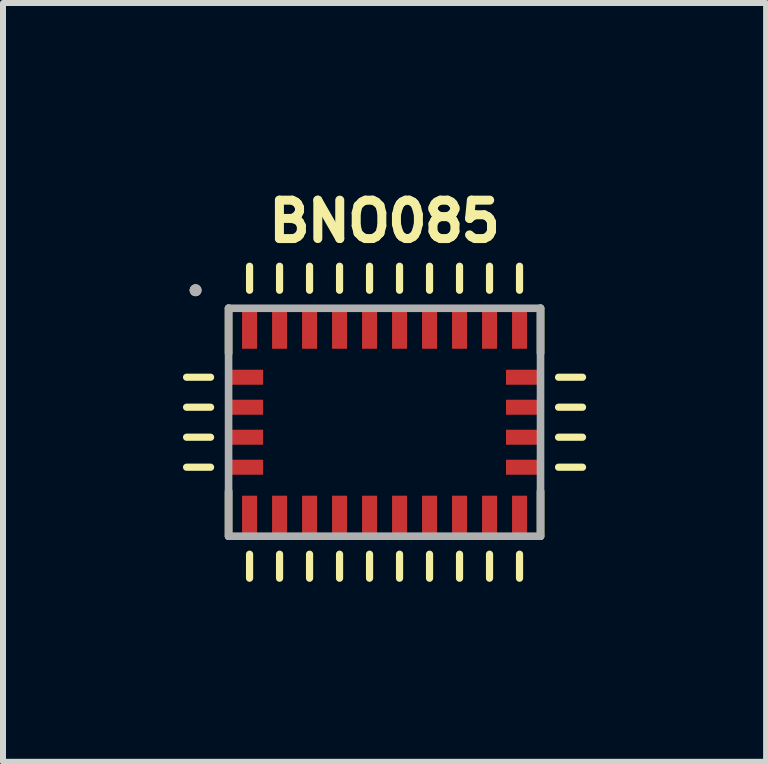
<source format=kicad_pcb>
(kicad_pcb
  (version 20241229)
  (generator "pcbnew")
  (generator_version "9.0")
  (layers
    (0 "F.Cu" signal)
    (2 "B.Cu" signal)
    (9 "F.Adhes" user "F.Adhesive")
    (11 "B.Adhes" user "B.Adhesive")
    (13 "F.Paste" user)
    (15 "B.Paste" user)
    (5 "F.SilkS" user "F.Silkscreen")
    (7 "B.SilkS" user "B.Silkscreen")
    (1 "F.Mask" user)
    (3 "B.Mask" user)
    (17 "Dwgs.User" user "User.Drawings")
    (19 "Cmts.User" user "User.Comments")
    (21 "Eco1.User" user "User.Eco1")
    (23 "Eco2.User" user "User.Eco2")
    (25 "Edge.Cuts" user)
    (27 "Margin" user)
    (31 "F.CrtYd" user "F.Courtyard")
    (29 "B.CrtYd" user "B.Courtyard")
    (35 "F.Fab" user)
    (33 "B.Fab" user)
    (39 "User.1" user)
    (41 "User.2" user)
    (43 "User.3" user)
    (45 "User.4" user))
  (footprint "BNO085"
    (layer "F.Cu")
    (at 3.36 3.988)
    (property "Reference" "BNO085" (at 0 -3.35 0) (layer "F.SilkS") (effects (font (size 0.64 0.64) (thickness 0.15))))
    (attr through_hole)
    (fp_line (start -3.3 -0.75) (end -2.9 -0.75) (stroke (width 0.12) (type solid)) (layer "F.SilkS"))
    (fp_line (start -3.3 -0.25) (end -2.9 -0.25) (stroke (width 0.12) (type solid)) (layer "F.SilkS"))
    (fp_line (start -3.3 0.25) (end -2.9 0.25) (stroke (width 0.12) (type solid)) (layer "F.SilkS"))
    (fp_line (start -3.3 0.75) (end -2.9 0.75) (stroke (width 0.12) (type solid)) (layer "F.SilkS"))
    (fp_line (start -2.6 -1.9) (end -2.6 -1.15) (stroke (width 0.127) (type solid)) (layer "F.SilkS"))
    (fp_line (start -2.6 1.9) (end -2.6 1.15) (stroke (width 0.127) (type solid)) (layer "F.SilkS"))
    (fp_line (start -2.25 -2.6) (end -2.25 -2.2) (stroke (width 0.12) (type solid)) (layer "F.SilkS"))
    (fp_line (start -2.25 2.2) (end -2.25 2.6) (stroke (width 0.12) (type solid)) (layer "F.SilkS"))
    (fp_line (start -1.75 -2.6) (end -1.75 -2.2) (stroke (width 0.12) (type solid)) (layer "F.SilkS"))
    (fp_line (start -1.75 2.2) (end -1.75 2.6) (stroke (width 0.12) (type solid)) (layer "F.SilkS"))
    (fp_line (start -1.25 -2.6) (end -1.25 -2.2) (stroke (width 0.12) (type solid)) (layer "F.SilkS"))
    (fp_line (start -1.25 2.2) (end -1.25 2.6) (stroke (width 0.12) (type solid)) (layer "F.SilkS"))
    (fp_line (start -0.75 -2.6) (end -0.75 -2.2) (stroke (width 0.12) (type solid)) (layer "F.SilkS"))
    (fp_line (start -0.75 2.2) (end -0.75 2.6) (stroke (width 0.12) (type solid)) (layer "F.SilkS"))
    (fp_line (start -0.25 -2.6) (end -0.25 -2.2) (stroke (width 0.12) (type solid)) (layer "F.SilkS"))
    (fp_line (start -0.25 2.2) (end -0.25 2.6) (stroke (width 0.12) (type solid)) (layer "F.SilkS"))
    (fp_line (start 0.25 -2.6) (end 0.25 -2.2) (stroke (width 0.12) (type solid)) (layer "F.SilkS"))
    (fp_line (start 0.25 2.2) (end 0.25 2.6) (stroke (width 0.12) (type solid)) (layer "F.SilkS"))
    (fp_line (start 0.75 -2.6) (end 0.75 -2.2) (stroke (width 0.12) (type solid)) (layer "F.SilkS"))
    (fp_line (start 0.75 2.2) (end 0.75 2.6) (stroke (width 0.12) (type solid)) (layer "F.SilkS"))
    (fp_line (start 1.25 -2.6) (end 1.25 -2.2) (stroke (width 0.12) (type solid)) (layer "F.SilkS"))
    (fp_line (start 1.25 2.2) (end 1.25 2.6) (stroke (width 0.12) (type solid)) (layer "F.SilkS"))
    (fp_line (start 1.75 -2.6) (end 1.75 -2.2) (stroke (width 0.12) (type solid)) (layer "F.SilkS"))
    (fp_line (start 1.75 2.2) (end 1.75 2.6) (stroke (width 0.12) (type solid)) (layer "F.SilkS"))
    (fp_line (start 2.25 -2.6) (end 2.25 -2.2) (stroke (width 0.12) (type solid)) (layer "F.SilkS"))
    (fp_line (start 2.25 2.2) (end 2.25 2.6) (stroke (width 0.12) (type solid)) (layer "F.SilkS"))
    (fp_line (start 2.6 -1.9) (end 2.6 -1.15) (stroke (width 0.127) (type solid)) (layer "F.SilkS"))
    (fp_line (start 2.6 1.9) (end 2.6 1.15) (stroke (width 0.127) (type solid)) (layer "F.SilkS"))
    (fp_line (start 2.9 -0.75) (end 3.3 -0.75) (stroke (width 0.12) (type solid)) (layer "F.SilkS"))
    (fp_line (start 2.9 -0.25) (end 3.3 -0.25) (stroke (width 0.12) (type solid)) (layer "F.SilkS"))
    (fp_line (start 2.9 0.25) (end 3.3 0.25) (stroke (width 0.12) (type solid)) (layer "F.SilkS"))
    (fp_line (start 2.9 0.75) (end 3.3 0.75) (stroke (width 0.12) (type solid)) (layer "F.SilkS"))
    (fp_circle (center -3.15 -2.2) (end -3.1 -2.2) (stroke (width 0.1) (type solid)) (fill no) (layer "F.SilkS"))
    (fp_line (start -2.6 -1.9) (end 2.6 -1.9) (stroke (width 0.127) (type solid)) (layer "F.Fab"))
    (fp_line (start -2.6 1.9) (end -2.6 -1.9) (stroke (width 0.127) (type solid)) (layer "F.Fab"))
    (fp_line (start 2.6 -1.9) (end 2.6 1.9) (stroke (width 0.127) (type solid)) (layer "F.Fab"))
    (fp_line (start 2.6 1.9) (end -2.6 1.9) (stroke (width 0.127) (type solid)) (layer "F.Fab"))
    (fp_circle (center -3.15 -2.2) (end -3.1 -2.2) (stroke (width 0.1) (type solid)) (fill no) (layer "F.Fab"))
    (pad "1" smd rect (at -2.25 -1.562 90) (size 0.675 0.25) (layers "F.Cu" "F.Mask" "F.Paste"))
    (pad "2" smd rect (at -2.312 -0.75) (size 0.575 0.25) (layers "F.Cu" "F.Mask" "F.Paste"))
    (pad "3" smd rect (at -2.312 -0.25) (size 0.575 0.25) (layers "F.Cu" "F.Mask" "F.Paste"))
    (pad "4" smd rect (at -2.312 0.25) (size 0.575 0.25) (layers "F.Cu" "F.Mask" "F.Paste"))
    (pad "5" smd rect (at -2.312 0.75) (size 0.575 0.25) (layers "F.Cu" "F.Mask" "F.Paste"))
    (pad "6" smd rect (at -2.25 1.562 270) (size 0.675 0.25) (layers "F.Cu" "F.Mask" "F.Paste"))
    (pad "7" smd rect (at -1.75 1.562 270) (size 0.675 0.25) (layers "F.Cu" "F.Mask" "F.Paste"))
    (pad "8" smd rect (at -1.25 1.562 270) (size 0.675 0.25) (layers "F.Cu" "F.Mask" "F.Paste"))
    (pad "9" smd rect (at -0.75 1.562 270) (size 0.675 0.25) (layers "F.Cu" "F.Mask" "F.Paste"))
    (pad "10" smd rect (at -0.25 1.562 270) (size 0.675 0.25) (layers "F.Cu" "F.Mask" "F.Paste"))
    (pad "11" smd rect (at 0.25 1.562 270) (size 0.675 0.25) (layers "F.Cu" "F.Mask" "F.Paste"))
    (pad "12" smd rect (at 0.75 1.562 270) (size 0.675 0.25) (layers "F.Cu" "F.Mask" "F.Paste"))
    (pad "13" smd rect (at 1.25 1.562 270) (size 0.675 0.25) (layers "F.Cu" "F.Mask" "F.Paste"))
    (pad "14" smd rect (at 1.75 1.562 270) (size 0.675 0.25) (layers "F.Cu" "F.Mask" "F.Paste"))
    (pad "15" smd rect (at 2.25 1.562 270) (size 0.675 0.25) (layers "F.Cu" "F.Mask" "F.Paste"))
    (pad "16" smd rect (at 2.312 0.75 180) (size 0.575 0.25) (layers "F.Cu" "F.Mask" "F.Paste"))
    (pad "17" smd rect (at 2.312 0.25 180) (size 0.575 0.25) (layers "F.Cu" "F.Mask" "F.Paste"))
    (pad "18" smd rect (at 2.312 -0.25 180) (size 0.575 0.25) (layers "F.Cu" "F.Mask" "F.Paste"))
    (pad "19" smd rect (at 2.312 -0.75 180) (size 0.575 0.25) (layers "F.Cu" "F.Mask" "F.Paste"))
    (pad "20" smd rect (at 2.25 -1.562 90) (size 0.675 0.25) (layers "F.Cu" "F.Mask" "F.Paste"))
    (pad "21" smd rect (at 1.75 -1.562 90) (size 0.675 0.25) (layers "F.Cu" "F.Mask" "F.Paste"))
    (pad "22" smd rect (at 1.25 -1.562 90) (size 0.675 0.25) (layers "F.Cu" "F.Mask" "F.Paste"))
    (pad "23" smd rect (at 0.75 -1.562 90) (size 0.675 0.25) (layers "F.Cu" "F.Mask" "F.Paste"))
    (pad "24" smd rect (at 0.25 -1.562 90) (size 0.675 0.25) (layers "F.Cu" "F.Mask" "F.Paste"))
    (pad "25" smd rect (at -0.25 -1.562 90) (size 0.675 0.25) (layers "F.Cu" "F.Mask" "F.Paste"))
    (pad "26" smd rect (at -0.75 -1.562 90) (size 0.675 0.25) (layers "F.Cu" "F.Mask" "F.Paste"))
    (pad "27" smd rect (at -1.25 -1.562 90) (size 0.675 0.25) (layers "F.Cu" "F.Mask" "F.Paste"))
    (pad "28" smd rect (at -1.75 -1.562 90) (size 0.675 0.25) (layers "F.Cu" "F.Mask" "F.Paste")))
  (gr_rect
    (start -3 -3)
    (end 9.72 9.648)
    (stroke (width 0.1) (type default))
    (fill no)
    (layer "Edge.Cuts")))
</source>
